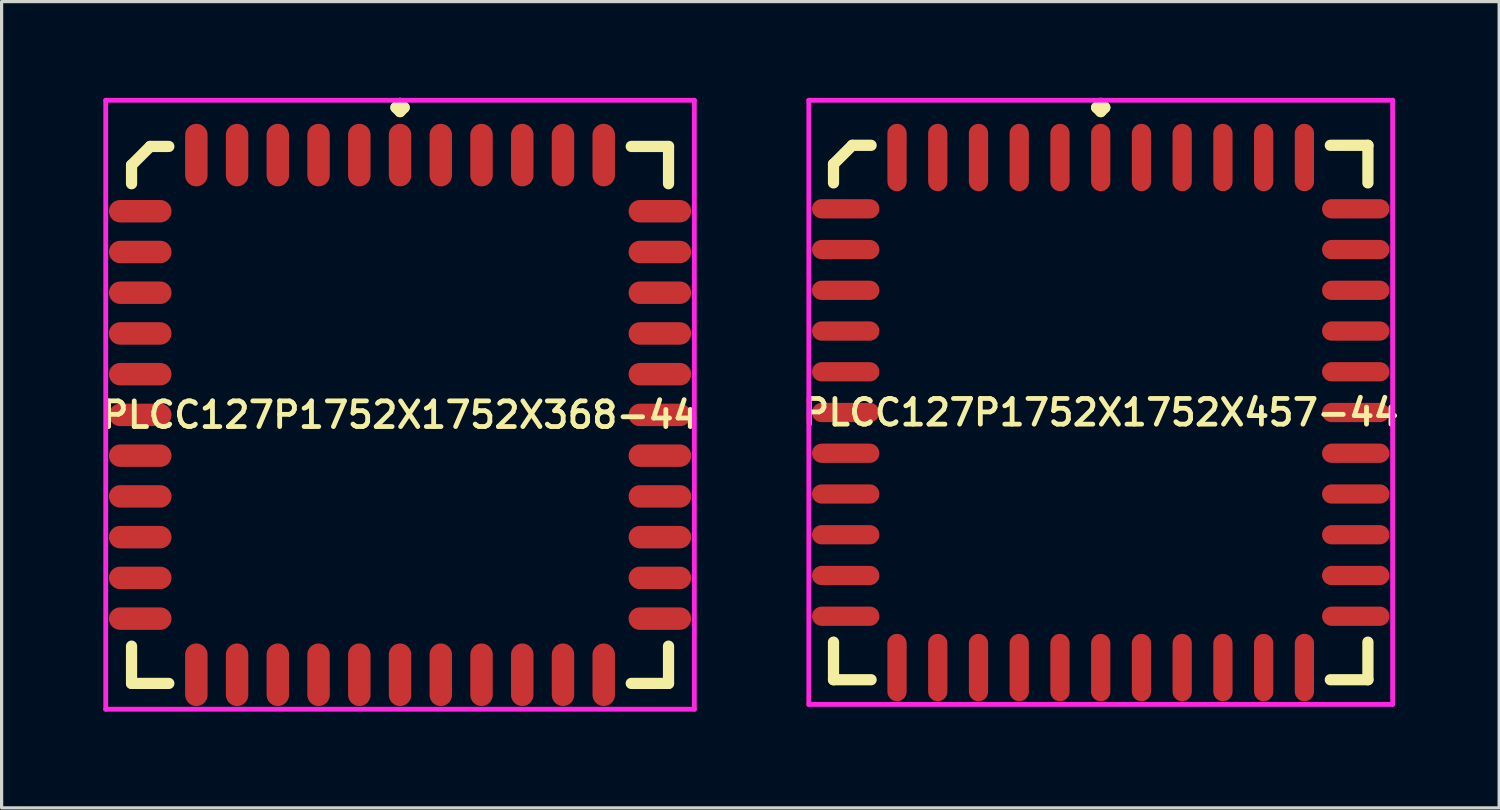
<source format=kicad_pcb>
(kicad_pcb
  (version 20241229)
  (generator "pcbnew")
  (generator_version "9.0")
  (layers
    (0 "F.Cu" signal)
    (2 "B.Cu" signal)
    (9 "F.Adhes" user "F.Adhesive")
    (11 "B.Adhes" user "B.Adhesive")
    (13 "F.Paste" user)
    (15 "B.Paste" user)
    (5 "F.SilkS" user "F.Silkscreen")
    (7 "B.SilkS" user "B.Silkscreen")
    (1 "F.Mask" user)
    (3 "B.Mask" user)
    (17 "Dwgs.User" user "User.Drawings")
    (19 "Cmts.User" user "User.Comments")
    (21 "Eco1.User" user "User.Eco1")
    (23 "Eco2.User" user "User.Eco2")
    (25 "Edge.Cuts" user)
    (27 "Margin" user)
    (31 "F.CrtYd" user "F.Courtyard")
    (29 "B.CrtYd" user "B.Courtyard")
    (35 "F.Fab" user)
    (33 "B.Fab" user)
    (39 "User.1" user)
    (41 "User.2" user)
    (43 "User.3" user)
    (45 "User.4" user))
  (footprint "PLCC127P1752X1752X457-44"
    (layer "F.Cu")
    (at 31.264 9.81)
    (property "Reference" "PLCC127P1752X1752X457-44" (at 0 0 0) (layer "F.SilkS") (effects (font (size 0.8 0.8) (thickness 0.15))))
    (attr smd)
    (fp_line (start -8.33 -7.744) (end -7.744 -8.33) (stroke (width 0.35) (type solid)) (layer "F.SilkS"))
    (fp_line (start -8.33 -7.158) (end -8.33 -7.744) (stroke (width 0.35) (type solid)) (layer "F.SilkS"))
    (fp_line (start -8.33 7.158) (end -8.33 8.33) (stroke (width 0.35) (type solid)) (layer "F.SilkS"))
    (fp_line (start -8.33 8.33) (end -7.158 8.33) (stroke (width 0.35) (type solid)) (layer "F.SilkS"))
    (fp_line (start -7.744 -8.33) (end -7.158 -8.33) (stroke (width 0.35) (type solid)) (layer "F.SilkS"))
    (fp_line (start -0.127 -9.508) (end 0 -9.635) (stroke (width 0.35) (type solid)) (layer "F.SilkS"))
    (fp_line (start 0 -9.635) (end 0.127 -9.508) (stroke (width 0.35) (type solid)) (layer "F.SilkS"))
    (fp_line (start 0 -9.381) (end -0.127 -9.508) (stroke (width 0.35) (type solid)) (layer "F.SilkS"))
    (fp_line (start 0.127 -9.508) (end 0 -9.381) (stroke (width 0.35) (type solid)) (layer "F.SilkS"))
    (fp_line (start 8.33 -8.33) (end 7.158 -8.33) (stroke (width 0.35) (type solid)) (layer "F.SilkS"))
    (fp_line (start 8.33 -7.158) (end 8.33 -8.33) (stroke (width 0.35) (type solid)) (layer "F.SilkS"))
    (fp_line (start 8.33 7.158) (end 8.33 8.33) (stroke (width 0.35) (type solid)) (layer "F.SilkS"))
    (fp_line (start 8.33 8.33) (end 7.158 8.33) (stroke (width 0.35) (type solid)) (layer "F.SilkS"))
    (fp_line (start -9.1 -9.735) (end 9.1 -9.735) (stroke (width 0.15) (type solid)) (layer "F.CrtYd"))
    (fp_line (start -9.1 9.1) (end -9.1 -9.735) (stroke (width 0.15) (type solid)) (layer "F.CrtYd"))
    (fp_line (start 9.1 -9.735) (end 9.1 9.1) (stroke (width 0.15) (type solid)) (layer "F.CrtYd"))
    (fp_line (start 9.1 9.1) (end -9.1 9.1) (stroke (width 0.15) (type solid)) (layer "F.CrtYd"))
    (pad "1" smd oval (at 0 -7.95) (size 0.6 2.1) (layers "F.Cu" "F.Mask" "F.Paste"))
    (pad "2" smd oval (at -1.27 -7.95) (size 0.6 2.1) (layers "F.Cu" "F.Mask" "F.Paste"))
    (pad "3" smd oval (at -2.54 -7.95) (size 0.6 2.1) (layers "F.Cu" "F.Mask" "F.Paste"))
    (pad "4" smd oval (at -3.81 -7.95) (size 0.6 2.1) (layers "F.Cu" "F.Mask" "F.Paste"))
    (pad "5" smd oval (at -5.08 -7.95) (size 0.6 2.1) (layers "F.Cu" "F.Mask" "F.Paste"))
    (pad "6" smd oval (at -6.35 -7.95) (size 0.6 2.1) (layers "F.Cu" "F.Mask" "F.Paste"))
    (pad "7" smd oval (at -7.95 -6.35) (size 2.1 0.6) (layers "F.Cu" "F.Mask" "F.Paste"))
    (pad "8" smd oval (at -7.95 -5.08) (size 2.1 0.6) (layers "F.Cu" "F.Mask" "F.Paste"))
    (pad "9" smd oval (at -7.95 -3.81) (size 2.1 0.6) (layers "F.Cu" "F.Mask" "F.Paste"))
    (pad "10" smd oval (at -7.95 -2.54) (size 2.1 0.6) (layers "F.Cu" "F.Mask" "F.Paste"))
    (pad "11" smd oval (at -7.95 -1.27) (size 2.1 0.6) (layers "F.Cu" "F.Mask" "F.Paste"))
    (pad "12" smd oval (at -7.95 0) (size 2.1 0.6) (layers "F.Cu" "F.Mask" "F.Paste"))
    (pad "13" smd oval (at -7.95 1.27) (size 2.1 0.6) (layers "F.Cu" "F.Mask" "F.Paste"))
    (pad "14" smd oval (at -7.95 2.54) (size 2.1 0.6) (layers "F.Cu" "F.Mask" "F.Paste"))
    (pad "15" smd oval (at -7.95 3.81) (size 2.1 0.6) (layers "F.Cu" "F.Mask" "F.Paste"))
    (pad "16" smd oval (at -7.95 5.08) (size 2.1 0.6) (layers "F.Cu" "F.Mask" "F.Paste"))
    (pad "17" smd oval (at -7.95 6.35) (size 2.1 0.6) (layers "F.Cu" "F.Mask" "F.Paste"))
    (pad "18" smd oval (at -6.35 7.95) (size 0.6 2.1) (layers "F.Cu" "F.Mask" "F.Paste"))
    (pad "19" smd oval (at -5.08 7.95) (size 0.6 2.1) (layers "F.Cu" "F.Mask" "F.Paste"))
    (pad "20" smd oval (at -3.81 7.95) (size 0.6 2.1) (layers "F.Cu" "F.Mask" "F.Paste"))
    (pad "21" smd oval (at -2.54 7.95) (size 0.6 2.1) (layers "F.Cu" "F.Mask" "F.Paste"))
    (pad "22" smd oval (at -1.27 7.95) (size 0.6 2.1) (layers "F.Cu" "F.Mask" "F.Paste"))
    (pad "23" smd oval (at 0 7.95) (size 0.6 2.1) (layers "F.Cu" "F.Mask" "F.Paste"))
    (pad "24" smd oval (at 1.27 7.95) (size 0.6 2.1) (layers "F.Cu" "F.Mask" "F.Paste"))
    (pad "25" smd oval (at 2.54 7.95) (size 0.6 2.1) (layers "F.Cu" "F.Mask" "F.Paste"))
    (pad "26" smd oval (at 3.81 7.95) (size 0.6 2.1) (layers "F.Cu" "F.Mask" "F.Paste"))
    (pad "27" smd oval (at 5.08 7.95) (size 0.6 2.1) (layers "F.Cu" "F.Mask" "F.Paste"))
    (pad "28" smd oval (at 6.35 7.95) (size 0.6 2.1) (layers "F.Cu" "F.Mask" "F.Paste"))
    (pad "29" smd oval (at 7.95 6.35) (size 2.1 0.6) (layers "F.Cu" "F.Mask" "F.Paste"))
    (pad "30" smd oval (at 7.95 5.08) (size 2.1 0.6) (layers "F.Cu" "F.Mask" "F.Paste"))
    (pad "31" smd oval (at 7.95 3.81) (size 2.1 0.6) (layers "F.Cu" "F.Mask" "F.Paste"))
    (pad "32" smd oval (at 7.95 2.54) (size 2.1 0.6) (layers "F.Cu" "F.Mask" "F.Paste"))
    (pad "33" smd oval (at 7.95 1.27) (size 2.1 0.6) (layers "F.Cu" "F.Mask" "F.Paste"))
    (pad "34" smd oval (at 7.95 0) (size 2.1 0.6) (layers "F.Cu" "F.Mask" "F.Paste"))
    (pad "35" smd oval (at 7.95 -1.27) (size 2.1 0.6) (layers "F.Cu" "F.Mask" "F.Paste"))
    (pad "36" smd oval (at 7.95 -2.54) (size 2.1 0.6) (layers "F.Cu" "F.Mask" "F.Paste"))
    (pad "37" smd oval (at 7.95 -3.81) (size 2.1 0.6) (layers "F.Cu" "F.Mask" "F.Paste"))
    (pad "38" smd oval (at 7.95 -5.08) (size 2.1 0.6) (layers "F.Cu" "F.Mask" "F.Paste"))
    (pad "39" smd oval (at 7.95 -6.35) (size 2.1 0.6) (layers "F.Cu" "F.Mask" "F.Paste"))
    (pad "40" smd oval (at 6.35 -7.95) (size 0.6 2.1) (layers "F.Cu" "F.Mask" "F.Paste"))
    (pad "41" smd oval (at 5.08 -7.95) (size 0.6 2.1) (layers "F.Cu" "F.Mask" "F.Paste"))
    (pad "42" smd oval (at 3.81 -7.95) (size 0.6 2.1) (layers "F.Cu" "F.Mask" "F.Paste"))
    (pad "43" smd oval (at 2.54 -7.95) (size 0.6 2.1) (layers "F.Cu" "F.Mask" "F.Paste"))
    (pad "44" smd oval (at 1.27 -7.95) (size 0.6 2.1) (layers "F.Cu" "F.Mask" "F.Paste")))
  (footprint "PLCC127P1752X1752X368-44"
    (layer "F.Cu")
    (at 9.421 9.885)
    (property "Reference" "PLCC127P1752X1752X368-44" (at 0 0 0) (layer "F.SilkS") (effects (font (size 0.8 0.8) (thickness 0.15))))
    (attr through_hole)
    (fp_line (start -8.37 -7.789) (end -7.789 -8.37) (stroke (width 0.35) (type solid)) (layer "F.SilkS"))
    (fp_line (start -8.37 -7.208) (end -8.37 -7.789) (stroke (width 0.35) (type solid)) (layer "F.SilkS"))
    (fp_line (start -8.37 7.208) (end -8.37 8.37) (stroke (width 0.35) (type solid)) (layer "F.SilkS"))
    (fp_line (start -8.37 8.37) (end -7.208 8.37) (stroke (width 0.35) (type solid)) (layer "F.SilkS"))
    (fp_line (start -7.789 -8.37) (end -7.208 -8.37) (stroke (width 0.35) (type solid)) (layer "F.SilkS"))
    (fp_line (start -0.127 -9.583) (end 0 -9.71) (stroke (width 0.35) (type solid)) (layer "F.SilkS"))
    (fp_line (start 0 -9.71) (end 0.127 -9.583) (stroke (width 0.35) (type solid)) (layer "F.SilkS"))
    (fp_line (start 0 -9.456) (end -0.127 -9.583) (stroke (width 0.35) (type solid)) (layer "F.SilkS"))
    (fp_line (start 0.127 -9.583) (end 0 -9.456) (stroke (width 0.35) (type solid)) (layer "F.SilkS"))
    (fp_line (start 8.37 -8.37) (end 7.208 -8.37) (stroke (width 0.35) (type solid)) (layer "F.SilkS"))
    (fp_line (start 8.37 -7.208) (end 8.37 -8.37) (stroke (width 0.35) (type solid)) (layer "F.SilkS"))
    (fp_line (start 8.37 7.208) (end 8.37 8.37) (stroke (width 0.35) (type solid)) (layer "F.SilkS"))
    (fp_line (start 8.37 8.37) (end 7.208 8.37) (stroke (width 0.35) (type solid)) (layer "F.SilkS"))
    (fp_line (start -9.175 -9.81) (end 9.175 -9.81) (stroke (width 0.15) (type solid)) (layer "F.CrtYd"))
    (fp_line (start -9.175 9.175) (end -9.175 -9.81) (stroke (width 0.15) (type solid)) (layer "F.CrtYd"))
    (fp_line (start 9.175 -9.81) (end 9.175 9.175) (stroke (width 0.15) (type solid)) (layer "F.CrtYd"))
    (fp_line (start 9.175 9.175) (end -9.175 9.175) (stroke (width 0.15) (type solid)) (layer "F.CrtYd"))
    (pad "1" smd oval (at 0 -8.1) (size 0.7 1.95) (layers "F.Cu" "F.Mask" "F.Paste"))
    (pad "2" smd oval (at -1.27 -8.1) (size 0.7 1.95) (layers "F.Cu" "F.Mask" "F.Paste"))
    (pad "3" smd oval (at -2.54 -8.1) (size 0.7 1.95) (layers "F.Cu" "F.Mask" "F.Paste"))
    (pad "4" smd oval (at -3.81 -8.1) (size 0.7 1.95) (layers "F.Cu" "F.Mask" "F.Paste"))
    (pad "5" smd oval (at -5.08 -8.1) (size 0.7 1.95) (layers "F.Cu" "F.Mask" "F.Paste"))
    (pad "6" smd oval (at -6.35 -8.1) (size 0.7 1.95) (layers "F.Cu" "F.Mask" "F.Paste"))
    (pad "7" smd oval (at -8.1 -6.35) (size 1.95 0.7) (layers "F.Cu" "F.Mask" "F.Paste"))
    (pad "8" smd oval (at -8.1 -5.08) (size 1.95 0.7) (layers "F.Cu" "F.Mask" "F.Paste"))
    (pad "9" smd oval (at -8.1 -3.81) (size 1.95 0.7) (layers "F.Cu" "F.Mask" "F.Paste"))
    (pad "10" smd oval (at -8.1 -2.54) (size 1.95 0.7) (layers "F.Cu" "F.Mask" "F.Paste"))
    (pad "11" smd oval (at -8.1 -1.27) (size 1.95 0.7) (layers "F.Cu" "F.Mask" "F.Paste"))
    (pad "12" smd oval (at -8.1 0) (size 1.95 0.7) (layers "F.Cu" "F.Mask" "F.Paste"))
    (pad "13" smd oval (at -8.1 1.27) (size 1.95 0.7) (layers "F.Cu" "F.Mask" "F.Paste"))
    (pad "14" smd oval (at -8.1 2.54) (size 1.95 0.7) (layers "F.Cu" "F.Mask" "F.Paste"))
    (pad "15" smd oval (at -8.1 3.81) (size 1.95 0.7) (layers "F.Cu" "F.Mask" "F.Paste"))
    (pad "16" smd oval (at -8.1 5.08) (size 1.95 0.7) (layers "F.Cu" "F.Mask" "F.Paste"))
    (pad "17" smd oval (at -8.1 6.35) (size 1.95 0.7) (layers "F.Cu" "F.Mask" "F.Paste"))
    (pad "18" smd oval (at -6.35 8.1) (size 0.7 1.95) (layers "F.Cu" "F.Mask" "F.Paste"))
    (pad "19" smd oval (at -5.08 8.1) (size 0.7 1.95) (layers "F.Cu" "F.Mask" "F.Paste"))
    (pad "20" smd oval (at -3.81 8.1) (size 0.7 1.95) (layers "F.Cu" "F.Mask" "F.Paste"))
    (pad "21" smd oval (at -2.54 8.1) (size 0.7 1.95) (layers "F.Cu" "F.Mask" "F.Paste"))
    (pad "22" smd oval (at -1.27 8.1) (size 0.7 1.95) (layers "F.Cu" "F.Mask" "F.Paste"))
    (pad "23" smd oval (at 0 8.1) (size 0.7 1.95) (layers "F.Cu" "F.Mask" "F.Paste"))
    (pad "24" smd oval (at 1.27 8.1) (size 0.7 1.95) (layers "F.Cu" "F.Mask" "F.Paste"))
    (pad "25" smd oval (at 2.54 8.1) (size 0.7 1.95) (layers "F.Cu" "F.Mask" "F.Paste"))
    (pad "26" smd oval (at 3.81 8.1) (size 0.7 1.95) (layers "F.Cu" "F.Mask" "F.Paste"))
    (pad "27" smd oval (at 5.08 8.1) (size 0.7 1.95) (layers "F.Cu" "F.Mask" "F.Paste"))
    (pad "28" smd oval (at 6.35 8.1) (size 0.7 1.95) (layers "F.Cu" "F.Mask" "F.Paste"))
    (pad "29" smd oval (at 8.1 6.35) (size 1.95 0.7) (layers "F.Cu" "F.Mask" "F.Paste"))
    (pad "30" smd oval (at 8.1 5.08) (size 1.95 0.7) (layers "F.Cu" "F.Mask" "F.Paste"))
    (pad "31" smd oval (at 8.1 3.81) (size 1.95 0.7) (layers "F.Cu" "F.Mask" "F.Paste"))
    (pad "32" smd oval (at 8.1 2.54) (size 1.95 0.7) (layers "F.Cu" "F.Mask" "F.Paste"))
    (pad "33" smd oval (at 8.1 1.27) (size 1.95 0.7) (layers "F.Cu" "F.Mask" "F.Paste"))
    (pad "34" smd oval (at 8.1 0) (size 1.95 0.7) (layers "F.Cu" "F.Mask" "F.Paste"))
    (pad "35" smd oval (at 8.1 -1.27) (size 1.95 0.7) (layers "F.Cu" "F.Mask" "F.Paste"))
    (pad "36" smd oval (at 8.1 -2.54) (size 1.95 0.7) (layers "F.Cu" "F.Mask" "F.Paste"))
    (pad "37" smd oval (at 8.1 -3.81) (size 1.95 0.7) (layers "F.Cu" "F.Mask" "F.Paste"))
    (pad "38" smd oval (at 8.1 -5.08) (size 1.95 0.7) (layers "F.Cu" "F.Mask" "F.Paste"))
    (pad "39" smd oval (at 8.1 -6.35) (size 1.95 0.7) (layers "F.Cu" "F.Mask" "F.Paste"))
    (pad "40" smd oval (at 6.35 -8.1) (size 0.7 1.95) (layers "F.Cu" "F.Mask" "F.Paste"))
    (pad "41" smd oval (at 5.08 -8.1) (size 0.7 1.95) (layers "F.Cu" "F.Mask" "F.Paste"))
    (pad "42" smd oval (at 3.81 -8.1) (size 0.7 1.95) (layers "F.Cu" "F.Mask" "F.Paste"))
    (pad "43" smd oval (at 2.54 -8.1) (size 0.7 1.95) (layers "F.Cu" "F.Mask" "F.Paste"))
    (pad "44" smd oval (at 1.27 -8.1) (size 0.7 1.95) (layers "F.Cu" "F.Mask" "F.Paste")))
  (gr_rect
    (start -3 -3)
    (end 43.685 22.135)
    (stroke (width 0.1) (type default))
    (fill no)
    (layer "Edge.Cuts")))
</source>
